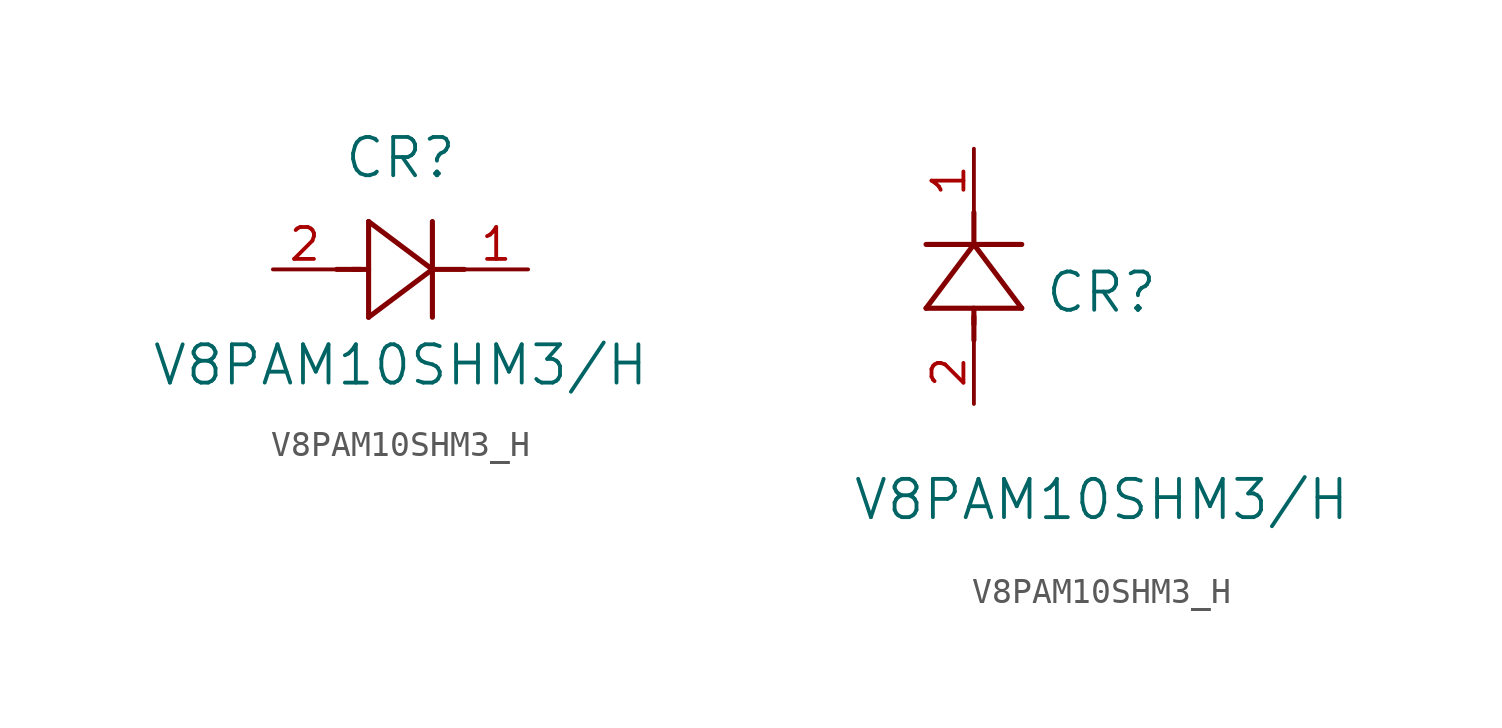
<source format=kicad_sym>
(kicad_symbol_lib
  (version 20211014)
  (generator kicad_symbol_editor)
  (symbol "V8PAM10SHM3_H"
    (pin_names
      (offset 0.254))
    (property "Reference" "CR"
      (at 5.08 4.445 0)
      (effects (font (size 1.524 1.524))))
    (property "Value" "V8PAM10SHM3/H"
      (at 5.08 -3.81 0)
      (effects (font (size 1.524 1.524))))
    (symbol "V8PAM10SHM3_H_1_1"
      (polyline (pts (xy 2.54 0) (xy 3.48 0)) (stroke (width 0.203) (type default) (color 0 0 0 0)) (fill (type none)))
      (polyline (pts (xy 3.81 1.905) (xy 3.81 -1.905)) (stroke (width 0.203) (type default) (color 0 0 0 0)) (fill (type none)))
      (polyline (pts (xy 3.175 0) (xy 3.81 0)) (stroke (width 0.203) (type default) (color 0 0 0 0)) (fill (type none)))
      (polyline (pts (xy 6.35 -1.905) (xy 6.35 1.905)) (stroke (width 0.203) (type default) (color 0 0 0 0)) (fill (type none)))
      (polyline (pts (xy 6.35 0) (xy 7.62 0)) (stroke (width 0.203) (type default) (color 0 0 0 0)) (fill (type none)))
      (polyline (pts (xy 6.35 0) (xy 3.81 1.905)) (stroke (width 0.203) (type default) (color 0 0 0 0)) (fill (type none)))
      (polyline (pts (xy 3.81 -1.905) (xy 6.35 0)) (stroke (width 0.203) (type default) (color 0 0 0 0)) (fill (type none)))
      (pin unspecified line (at 0 0 0) (length 2.54) (name "" (effects (font (size 1.27 1.27)))) (number "2" (effects (font (size 1.27 1.27)))))
      (pin unspecified line (at 10.16 0 180) (length 2.54) (name "" (effects (font (size 1.27 1.27)))) (number "1" (effects (font (size 1.27 1.27))))))
    (symbol "V8PAM10SHM3_H_1_2"
      (polyline (pts (xy 0 2.54) (xy 0 3.48)) (stroke (width 0.203) (type default) (color 0 0 0 0)) (fill (type none)))
      (polyline (pts (xy -1.905 3.81) (xy 1.905 3.81)) (stroke (width 0.203) (type default) (color 0 0 0 0)) (fill (type none)))
      (polyline (pts (xy 0 3.175) (xy 0 3.81)) (stroke (width 0.203) (type default) (color 0 0 0 0)) (fill (type none)))
      (polyline (pts (xy 1.905 6.35) (xy -1.905 6.35)) (stroke (width 0.203) (type default) (color 0 0 0 0)) (fill (type none)))
      (polyline (pts (xy 0 6.35) (xy 0 7.62)) (stroke (width 0.203) (type default) (color 0 0 0 0)) (fill (type none)))
      (polyline (pts (xy 0 6.35) (xy -1.905 3.81)) (stroke (width 0.203) (type default) (color 0 0 0 0)) (fill (type none)))
      (polyline (pts (xy 1.905 3.81) (xy 0 6.35)) (stroke (width 0.203) (type default) (color 0 0 0 0)) (fill (type none)))
      (pin unspecified line (at 0 0 90) (length 2.54) (name "" (effects (font (size 1.27 1.27)))) (number "2" (effects (font (size 1.27 1.27)))))
      (pin unspecified line (at 0 10.16 270) (length 2.54) (name "" (effects (font (size 1.27 1.27)))) (number "1" (effects (font (size 1.27 1.27))))))))
</source>
